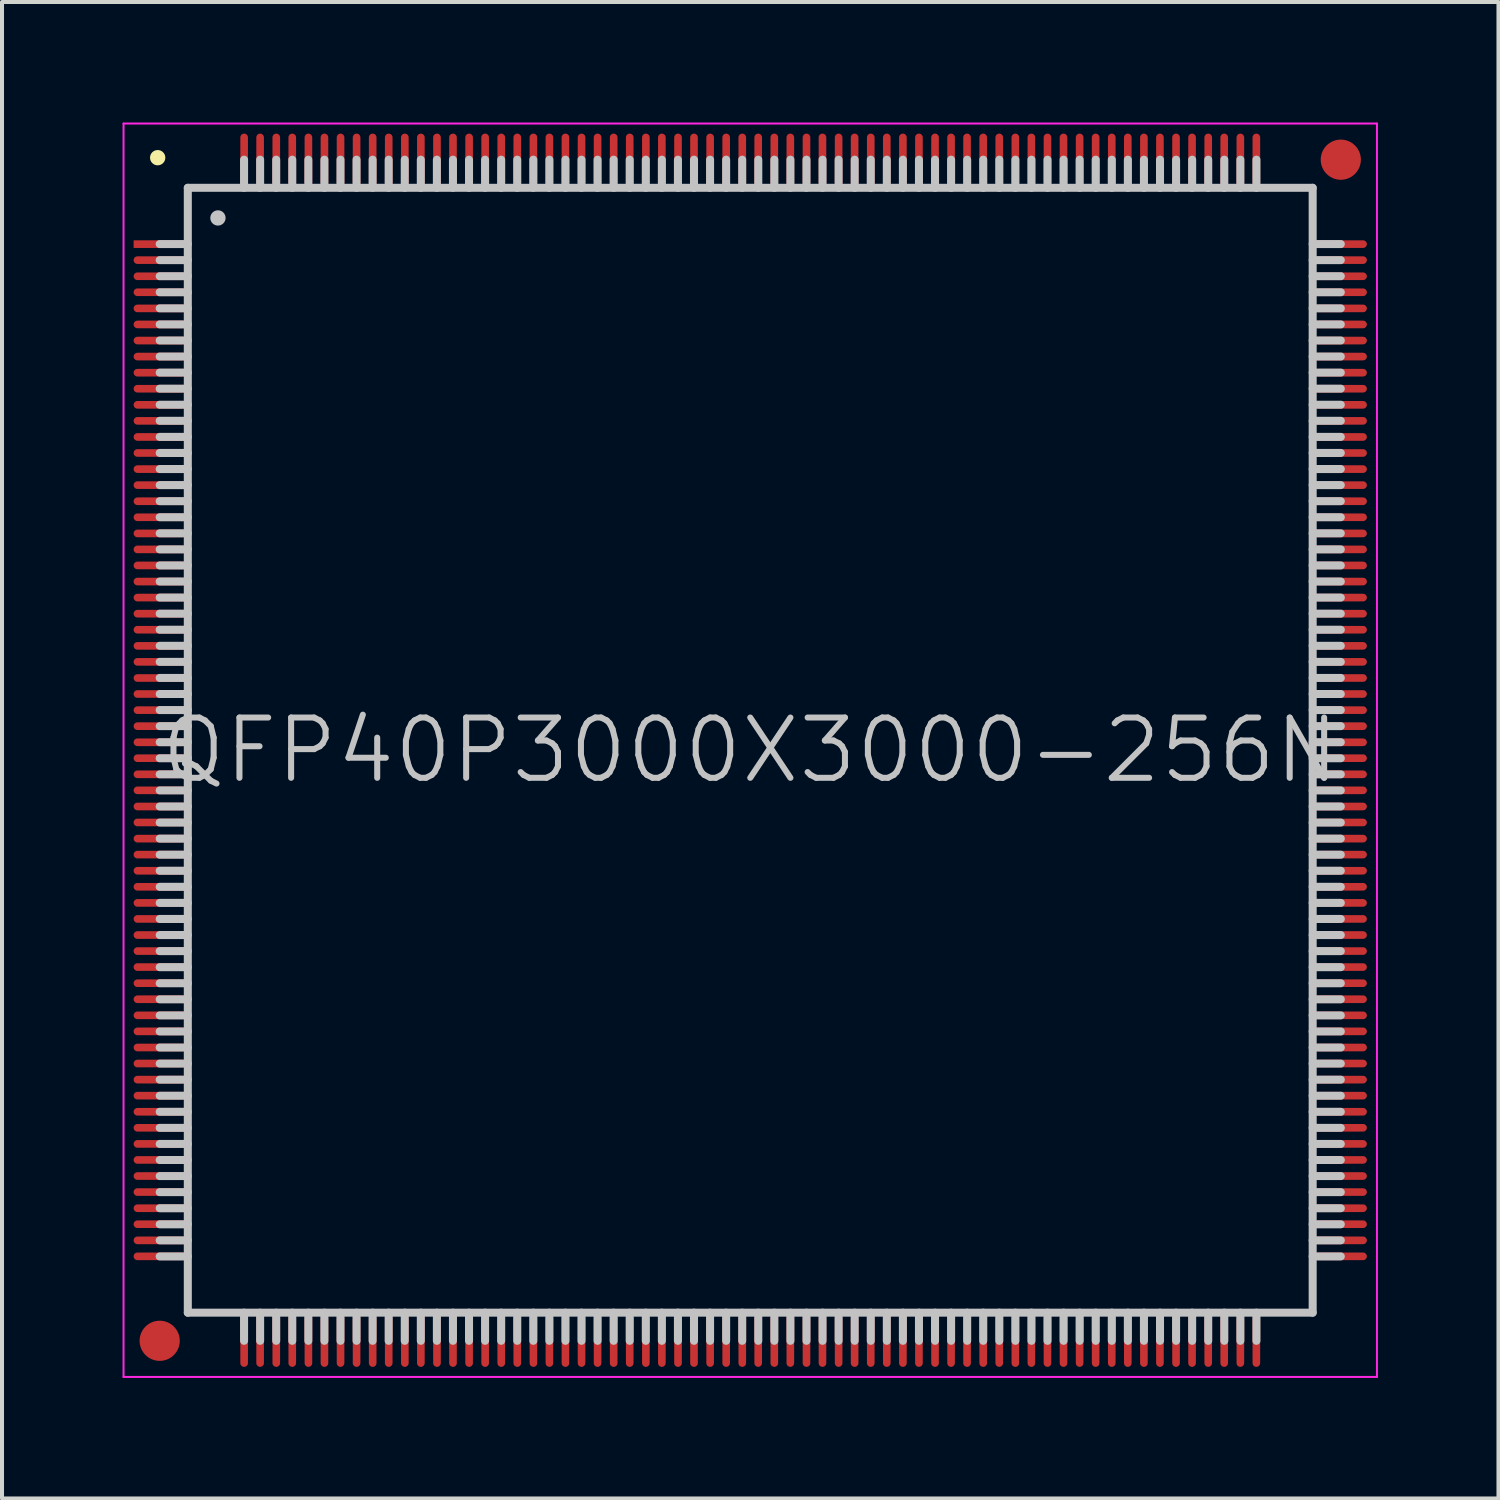
<source format=kicad_pcb>
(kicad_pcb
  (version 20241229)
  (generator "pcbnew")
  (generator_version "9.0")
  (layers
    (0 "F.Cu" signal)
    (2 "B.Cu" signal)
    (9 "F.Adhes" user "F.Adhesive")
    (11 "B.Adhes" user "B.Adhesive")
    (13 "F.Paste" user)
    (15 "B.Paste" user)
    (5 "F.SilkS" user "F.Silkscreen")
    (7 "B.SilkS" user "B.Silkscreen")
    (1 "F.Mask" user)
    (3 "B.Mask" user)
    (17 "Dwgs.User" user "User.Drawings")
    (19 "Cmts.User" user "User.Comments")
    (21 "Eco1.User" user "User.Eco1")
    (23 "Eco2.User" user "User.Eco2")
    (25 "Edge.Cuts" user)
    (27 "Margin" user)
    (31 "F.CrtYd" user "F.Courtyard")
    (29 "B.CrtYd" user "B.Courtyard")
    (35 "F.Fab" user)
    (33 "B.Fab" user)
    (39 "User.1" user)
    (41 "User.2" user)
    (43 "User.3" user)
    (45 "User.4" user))
  (footprint "QFP40P3000X3000-256N"
    (layer "F.Cu")
    (at 15.625 15.625)
    (property "Reference" "QFP40P3000X3000-256N" (at 0 0 0) (layer "Dwgs.User") (effects (font (size 1.5 1.5) (thickness 0.15))))
    (attr smd)
    (fp_line (start -14.75 -14.75) (end -14.75 -14.75) (stroke (width 0.381) (type solid)) (layer "F.SilkS"))
    (fp_line (start -14 -14) (end -14 14) (stroke (width 0.2) (type solid)) (layer "Dwgs.User"))
    (fp_line (start -14 -14) (end 14 -14) (stroke (width 0.2) (type solid)) (layer "Dwgs.User"))
    (fp_line (start -14 -12.6) (end -14.7 -12.6) (stroke (width 0.2) (type solid)) (layer "Dwgs.User"))
    (fp_line (start -14 -12.2) (end -14.7 -12.2) (stroke (width 0.2) (type solid)) (layer "Dwgs.User"))
    (fp_line (start -14 -11.8) (end -14.7 -11.8) (stroke (width 0.2) (type solid)) (layer "Dwgs.User"))
    (fp_line (start -14 -11.4) (end -14.7 -11.4) (stroke (width 0.2) (type solid)) (layer "Dwgs.User"))
    (fp_line (start -14 -11) (end -14.7 -11) (stroke (width 0.2) (type solid)) (layer "Dwgs.User"))
    (fp_line (start -14 -10.6) (end -14.7 -10.6) (stroke (width 0.2) (type solid)) (layer "Dwgs.User"))
    (fp_line (start -14 -10.2) (end -14.7 -10.2) (stroke (width 0.2) (type solid)) (layer "Dwgs.User"))
    (fp_line (start -14 -9.8) (end -14.7 -9.8) (stroke (width 0.2) (type solid)) (layer "Dwgs.User"))
    (fp_line (start -14 -9.4) (end -14.7 -9.4) (stroke (width 0.2) (type solid)) (layer "Dwgs.User"))
    (fp_line (start -14 -9) (end -14.7 -9) (stroke (width 0.2) (type solid)) (layer "Dwgs.User"))
    (fp_line (start -14 -8.6) (end -14.7 -8.6) (stroke (width 0.2) (type solid)) (layer "Dwgs.User"))
    (fp_line (start -14 -8.2) (end -14.7 -8.2) (stroke (width 0.2) (type solid)) (layer "Dwgs.User"))
    (fp_line (start -14 -7.8) (end -14.7 -7.8) (stroke (width 0.2) (type solid)) (layer "Dwgs.User"))
    (fp_line (start -14 -7.4) (end -14.7 -7.4) (stroke (width 0.2) (type solid)) (layer "Dwgs.User"))
    (fp_line (start -14 -7) (end -14.7 -7) (stroke (width 0.2) (type solid)) (layer "Dwgs.User"))
    (fp_line (start -14 -6.6) (end -14.7 -6.6) (stroke (width 0.2) (type solid)) (layer "Dwgs.User"))
    (fp_line (start -14 -6.2) (end -14.7 -6.2) (stroke (width 0.2) (type solid)) (layer "Dwgs.User"))
    (fp_line (start -14 -5.8) (end -14.7 -5.8) (stroke (width 0.2) (type solid)) (layer "Dwgs.User"))
    (fp_line (start -14 -5.4) (end -14.7 -5.4) (stroke (width 0.2) (type solid)) (layer "Dwgs.User"))
    (fp_line (start -14 -5) (end -14.7 -5) (stroke (width 0.2) (type solid)) (layer "Dwgs.User"))
    (fp_line (start -14 -4.6) (end -14.7 -4.6) (stroke (width 0.2) (type solid)) (layer "Dwgs.User"))
    (fp_line (start -14 -4.2) (end -14.7 -4.2) (stroke (width 0.2) (type solid)) (layer "Dwgs.User"))
    (fp_line (start -14 -3.8) (end -14.7 -3.8) (stroke (width 0.2) (type solid)) (layer "Dwgs.User"))
    (fp_line (start -14 -3.4) (end -14.7 -3.4) (stroke (width 0.2) (type solid)) (layer "Dwgs.User"))
    (fp_line (start -14 -3) (end -14.7 -3) (stroke (width 0.2) (type solid)) (layer "Dwgs.User"))
    (fp_line (start -14 -2.6) (end -14.7 -2.6) (stroke (width 0.2) (type solid)) (layer "Dwgs.User"))
    (fp_line (start -14 -2.2) (end -14.7 -2.2) (stroke (width 0.2) (type solid)) (layer "Dwgs.User"))
    (fp_line (start -14 -1.8) (end -14.7 -1.8) (stroke (width 0.2) (type solid)) (layer "Dwgs.User"))
    (fp_line (start -14 -1.4) (end -14.7 -1.4) (stroke (width 0.2) (type solid)) (layer "Dwgs.User"))
    (fp_line (start -14 -1) (end -14.7 -1) (stroke (width 0.2) (type solid)) (layer "Dwgs.User"))
    (fp_line (start -14 -0.6) (end -14.7 -0.6) (stroke (width 0.2) (type solid)) (layer "Dwgs.User"))
    (fp_line (start -14 -0.2) (end -14.7 -0.2) (stroke (width 0.2) (type solid)) (layer "Dwgs.User"))
    (fp_line (start -14 0.2) (end -14.7 0.2) (stroke (width 0.2) (type solid)) (layer "Dwgs.User"))
    (fp_line (start -14 0.6) (end -14.7 0.6) (stroke (width 0.2) (type solid)) (layer "Dwgs.User"))
    (fp_line (start -14 1) (end -14.7 1) (stroke (width 0.2) (type solid)) (layer "Dwgs.User"))
    (fp_line (start -14 1.4) (end -14.7 1.4) (stroke (width 0.2) (type solid)) (layer "Dwgs.User"))
    (fp_line (start -14 1.8) (end -14.7 1.8) (stroke (width 0.2) (type solid)) (layer "Dwgs.User"))
    (fp_line (start -14 2.2) (end -14.7 2.2) (stroke (width 0.2) (type solid)) (layer "Dwgs.User"))
    (fp_line (start -14 2.6) (end -14.7 2.6) (stroke (width 0.2) (type solid)) (layer "Dwgs.User"))
    (fp_line (start -14 3) (end -14.7 3) (stroke (width 0.2) (type solid)) (layer "Dwgs.User"))
    (fp_line (start -14 3.4) (end -14.7 3.4) (stroke (width 0.2) (type solid)) (layer "Dwgs.User"))
    (fp_line (start -14 3.8) (end -14.7 3.8) (stroke (width 0.2) (type solid)) (layer "Dwgs.User"))
    (fp_line (start -14 4.2) (end -14.7 4.2) (stroke (width 0.2) (type solid)) (layer "Dwgs.User"))
    (fp_line (start -14 4.6) (end -14.7 4.6) (stroke (width 0.2) (type solid)) (layer "Dwgs.User"))
    (fp_line (start -14 5) (end -14.7 5) (stroke (width 0.2) (type solid)) (layer "Dwgs.User"))
    (fp_line (start -14 5.4) (end -14.7 5.4) (stroke (width 0.2) (type solid)) (layer "Dwgs.User"))
    (fp_line (start -14 5.8) (end -14.7 5.8) (stroke (width 0.2) (type solid)) (layer "Dwgs.User"))
    (fp_line (start -14 6.2) (end -14.7 6.2) (stroke (width 0.2) (type solid)) (layer "Dwgs.User"))
    (fp_line (start -14 6.6) (end -14.7 6.6) (stroke (width 0.2) (type solid)) (layer "Dwgs.User"))
    (fp_line (start -14 7) (end -14.7 7) (stroke (width 0.2) (type solid)) (layer "Dwgs.User"))
    (fp_line (start -14 7.4) (end -14.7 7.4) (stroke (width 0.2) (type solid)) (layer "Dwgs.User"))
    (fp_line (start -14 7.8) (end -14.7 7.8) (stroke (width 0.2) (type solid)) (layer "Dwgs.User"))
    (fp_line (start -14 8.2) (end -14.7 8.2) (stroke (width 0.2) (type solid)) (layer "Dwgs.User"))
    (fp_line (start -14 8.6) (end -14.7 8.6) (stroke (width 0.2) (type solid)) (layer "Dwgs.User"))
    (fp_line (start -14 9) (end -14.7 9) (stroke (width 0.2) (type solid)) (layer "Dwgs.User"))
    (fp_line (start -14 9.4) (end -14.7 9.4) (stroke (width 0.2) (type solid)) (layer "Dwgs.User"))
    (fp_line (start -14 9.8) (end -14.7 9.8) (stroke (width 0.2) (type solid)) (layer "Dwgs.User"))
    (fp_line (start -14 10.2) (end -14.7 10.2) (stroke (width 0.2) (type solid)) (layer "Dwgs.User"))
    (fp_line (start -14 10.6) (end -14.7 10.6) (stroke (width 0.2) (type solid)) (layer "Dwgs.User"))
    (fp_line (start -14 11) (end -14.7 11) (stroke (width 0.2) (type solid)) (layer "Dwgs.User"))
    (fp_line (start -14 11.4) (end -14.7 11.4) (stroke (width 0.2) (type solid)) (layer "Dwgs.User"))
    (fp_line (start -14 11.8) (end -14.7 11.8) (stroke (width 0.2) (type solid)) (layer "Dwgs.User"))
    (fp_line (start -14 12.2) (end -14.7 12.2) (stroke (width 0.2) (type solid)) (layer "Dwgs.User"))
    (fp_line (start -14 12.6) (end -14.7 12.6) (stroke (width 0.2) (type solid)) (layer "Dwgs.User"))
    (fp_line (start -14 14) (end 14 14) (stroke (width 0.2) (type solid)) (layer "Dwgs.User"))
    (fp_line (start -13.25 -13.25) (end -13.25 -13.25) (stroke (width 0.381) (type solid)) (layer "Dwgs.User"))
    (fp_line (start -12.6 -14) (end -12.6 -14.7) (stroke (width 0.2) (type solid)) (layer "Dwgs.User"))
    (fp_line (start -12.6 14.7) (end -12.6 14) (stroke (width 0.2) (type solid)) (layer "Dwgs.User"))
    (fp_line (start -12.2 -14) (end -12.2 -14.7) (stroke (width 0.2) (type solid)) (layer "Dwgs.User"))
    (fp_line (start -12.2 14.7) (end -12.2 14) (stroke (width 0.2) (type solid)) (layer "Dwgs.User"))
    (fp_line (start -11.8 -14) (end -11.8 -14.7) (stroke (width 0.2) (type solid)) (layer "Dwgs.User"))
    (fp_line (start -11.8 14.7) (end -11.8 14) (stroke (width 0.2) (type solid)) (layer "Dwgs.User"))
    (fp_line (start -11.4 -14) (end -11.4 -14.7) (stroke (width 0.2) (type solid)) (layer "Dwgs.User"))
    (fp_line (start -11.4 14.7) (end -11.4 14) (stroke (width 0.2) (type solid)) (layer "Dwgs.User"))
    (fp_line (start -11 -14) (end -11 -14.7) (stroke (width 0.2) (type solid)) (layer "Dwgs.User"))
    (fp_line (start -11 14.7) (end -11 14) (stroke (width 0.2) (type solid)) (layer "Dwgs.User"))
    (fp_line (start -10.6 -14) (end -10.6 -14.7) (stroke (width 0.2) (type solid)) (layer "Dwgs.User"))
    (fp_line (start -10.6 14.7) (end -10.6 14) (stroke (width 0.2) (type solid)) (layer "Dwgs.User"))
    (fp_line (start -10.2 -14) (end -10.2 -14.7) (stroke (width 0.2) (type solid)) (layer "Dwgs.User"))
    (fp_line (start -10.2 14.7) (end -10.2 14) (stroke (width 0.2) (type solid)) (layer "Dwgs.User"))
    (fp_line (start -9.8 -14) (end -9.8 -14.7) (stroke (width 0.2) (type solid)) (layer "Dwgs.User"))
    (fp_line (start -9.8 14.7) (end -9.8 14) (stroke (width 0.2) (type solid)) (layer "Dwgs.User"))
    (fp_line (start -9.4 -14) (end -9.4 -14.7) (stroke (width 0.2) (type solid)) (layer "Dwgs.User"))
    (fp_line (start -9.4 14.7) (end -9.4 14) (stroke (width 0.2) (type solid)) (layer "Dwgs.User"))
    (fp_line (start -9 -14) (end -9 -14.7) (stroke (width 0.2) (type solid)) (layer "Dwgs.User"))
    (fp_line (start -9 14.7) (end -9 14) (stroke (width 0.2) (type solid)) (layer "Dwgs.User"))
    (fp_line (start -8.6 -14) (end -8.6 -14.7) (stroke (width 0.2) (type solid)) (layer "Dwgs.User"))
    (fp_line (start -8.6 14.7) (end -8.6 14) (stroke (width 0.2) (type solid)) (layer "Dwgs.User"))
    (fp_line (start -8.2 -14) (end -8.2 -14.7) (stroke (width 0.2) (type solid)) (layer "Dwgs.User"))
    (fp_line (start -8.2 14.7) (end -8.2 14) (stroke (width 0.2) (type solid)) (layer "Dwgs.User"))
    (fp_line (start -7.8 -14) (end -7.8 -14.7) (stroke (width 0.2) (type solid)) (layer "Dwgs.User"))
    (fp_line (start -7.8 14.7) (end -7.8 14) (stroke (width 0.2) (type solid)) (layer "Dwgs.User"))
    (fp_line (start -7.4 -14) (end -7.4 -14.7) (stroke (width 0.2) (type solid)) (layer "Dwgs.User"))
    (fp_line (start -7.4 14.7) (end -7.4 14) (stroke (width 0.2) (type solid)) (layer "Dwgs.User"))
    (fp_line (start -7 -14) (end -7 -14.7) (stroke (width 0.2) (type solid)) (layer "Dwgs.User"))
    (fp_line (start -7 14.7) (end -7 14) (stroke (width 0.2) (type solid)) (layer "Dwgs.User"))
    (fp_line (start -6.6 -14) (end -6.6 -14.7) (stroke (width 0.2) (type solid)) (layer "Dwgs.User"))
    (fp_line (start -6.6 14.7) (end -6.6 14) (stroke (width 0.2) (type solid)) (layer "Dwgs.User"))
    (fp_line (start -6.2 -14) (end -6.2 -14.7) (stroke (width 0.2) (type solid)) (layer "Dwgs.User"))
    (fp_line (start -6.2 14.7) (end -6.2 14) (stroke (width 0.2) (type solid)) (layer "Dwgs.User"))
    (fp_line (start -5.8 -14) (end -5.8 -14.7) (stroke (width 0.2) (type solid)) (layer "Dwgs.User"))
    (fp_line (start -5.8 14.7) (end -5.8 14) (stroke (width 0.2) (type solid)) (layer "Dwgs.User"))
    (fp_line (start -5.4 -14) (end -5.4 -14.7) (stroke (width 0.2) (type solid)) (layer "Dwgs.User"))
    (fp_line (start -5.4 14.7) (end -5.4 14) (stroke (width 0.2) (type solid)) (layer "Dwgs.User"))
    (fp_line (start -5 -14) (end -5 -14.7) (stroke (width 0.2) (type solid)) (layer "Dwgs.User"))
    (fp_line (start -5 14.7) (end -5 14) (stroke (width 0.2) (type solid)) (layer "Dwgs.User"))
    (fp_line (start -4.6 -14) (end -4.6 -14.7) (stroke (width 0.2) (type solid)) (layer "Dwgs.User"))
    (fp_line (start -4.6 14.7) (end -4.6 14) (stroke (width 0.2) (type solid)) (layer "Dwgs.User"))
    (fp_line (start -4.2 -14) (end -4.2 -14.7) (stroke (width 0.2) (type solid)) (layer "Dwgs.User"))
    (fp_line (start -4.2 14.7) (end -4.2 14) (stroke (width 0.2) (type solid)) (layer "Dwgs.User"))
    (fp_line (start -3.8 -14) (end -3.8 -14.7) (stroke (width 0.2) (type solid)) (layer "Dwgs.User"))
    (fp_line (start -3.8 14.7) (end -3.8 14) (stroke (width 0.2) (type solid)) (layer "Dwgs.User"))
    (fp_line (start -3.4 -14) (end -3.4 -14.7) (stroke (width 0.2) (type solid)) (layer "Dwgs.User"))
    (fp_line (start -3.4 14.7) (end -3.4 14) (stroke (width 0.2) (type solid)) (layer "Dwgs.User"))
    (fp_line (start -3 -14) (end -3 -14.7) (stroke (width 0.2) (type solid)) (layer "Dwgs.User"))
    (fp_line (start -3 14.7) (end -3 14) (stroke (width 0.2) (type solid)) (layer "Dwgs.User"))
    (fp_line (start -2.6 -14) (end -2.6 -14.7) (stroke (width 0.2) (type solid)) (layer "Dwgs.User"))
    (fp_line (start -2.6 14.7) (end -2.6 14) (stroke (width 0.2) (type solid)) (layer "Dwgs.User"))
    (fp_line (start -2.2 -14) (end -2.2 -14.7) (stroke (width 0.2) (type solid)) (layer "Dwgs.User"))
    (fp_line (start -2.2 14.7) (end -2.2 14) (stroke (width 0.2) (type solid)) (layer "Dwgs.User"))
    (fp_line (start -1.8 -14) (end -1.8 -14.7) (stroke (width 0.2) (type solid)) (layer "Dwgs.User"))
    (fp_line (start -1.8 14.7) (end -1.8 14) (stroke (width 0.2) (type solid)) (layer "Dwgs.User"))
    (fp_line (start -1.4 -14) (end -1.4 -14.7) (stroke (width 0.2) (type solid)) (layer "Dwgs.User"))
    (fp_line (start -1.4 14.7) (end -1.4 14) (stroke (width 0.2) (type solid)) (layer "Dwgs.User"))
    (fp_line (start -1 -14) (end -1 -14.7) (stroke (width 0.2) (type solid)) (layer "Dwgs.User"))
    (fp_line (start -1 14.7) (end -1 14) (stroke (width 0.2) (type solid)) (layer "Dwgs.User"))
    (fp_line (start -0.6 -14) (end -0.6 -14.7) (stroke (width 0.2) (type solid)) (layer "Dwgs.User"))
    (fp_line (start -0.6 14.7) (end -0.6 14) (stroke (width 0.2) (type solid)) (layer "Dwgs.User"))
    (fp_line (start -0.2 -14) (end -0.2 -14.7) (stroke (width 0.2) (type solid)) (layer "Dwgs.User"))
    (fp_line (start -0.2 14.7) (end -0.2 14) (stroke (width 0.2) (type solid)) (layer "Dwgs.User"))
    (fp_line (start 0.2 -14) (end 0.2 -14.7) (stroke (width 0.2) (type solid)) (layer "Dwgs.User"))
    (fp_line (start 0.2 14.7) (end 0.2 14) (stroke (width 0.2) (type solid)) (layer "Dwgs.User"))
    (fp_line (start 0.6 -14) (end 0.6 -14.7) (stroke (width 0.2) (type solid)) (layer "Dwgs.User"))
    (fp_line (start 0.6 14.7) (end 0.6 14) (stroke (width 0.2) (type solid)) (layer "Dwgs.User"))
    (fp_line (start 1 -14) (end 1 -14.7) (stroke (width 0.2) (type solid)) (layer "Dwgs.User"))
    (fp_line (start 1 14.7) (end 1 14) (stroke (width 0.2) (type solid)) (layer "Dwgs.User"))
    (fp_line (start 1.4 -14) (end 1.4 -14.7) (stroke (width 0.2) (type solid)) (layer "Dwgs.User"))
    (fp_line (start 1.4 14.7) (end 1.4 14) (stroke (width 0.2) (type solid)) (layer "Dwgs.User"))
    (fp_line (start 1.8 -14) (end 1.8 -14.7) (stroke (width 0.2) (type solid)) (layer "Dwgs.User"))
    (fp_line (start 1.8 14.7) (end 1.8 14) (stroke (width 0.2) (type solid)) (layer "Dwgs.User"))
    (fp_line (start 2.2 -14) (end 2.2 -14.7) (stroke (width 0.2) (type solid)) (layer "Dwgs.User"))
    (fp_line (start 2.2 14.7) (end 2.2 14) (stroke (width 0.2) (type solid)) (layer "Dwgs.User"))
    (fp_line (start 2.6 -14) (end 2.6 -14.7) (stroke (width 0.2) (type solid)) (layer "Dwgs.User"))
    (fp_line (start 2.6 14.7) (end 2.6 14) (stroke (width 0.2) (type solid)) (layer "Dwgs.User"))
    (fp_line (start 3 -14) (end 3 -14.7) (stroke (width 0.2) (type solid)) (layer "Dwgs.User"))
    (fp_line (start 3 14.7) (end 3 14) (stroke (width 0.2) (type solid)) (layer "Dwgs.User"))
    (fp_line (start 3.4 -14) (end 3.4 -14.7) (stroke (width 0.2) (type solid)) (layer "Dwgs.User"))
    (fp_line (start 3.4 14.7) (end 3.4 14) (stroke (width 0.2) (type solid)) (layer "Dwgs.User"))
    (fp_line (start 3.8 -14) (end 3.8 -14.7) (stroke (width 0.2) (type solid)) (layer "Dwgs.User"))
    (fp_line (start 3.8 14.7) (end 3.8 14) (stroke (width 0.2) (type solid)) (layer "Dwgs.User"))
    (fp_line (start 4.2 -14) (end 4.2 -14.7) (stroke (width 0.2) (type solid)) (layer "Dwgs.User"))
    (fp_line (start 4.2 14.7) (end 4.2 14) (stroke (width 0.2) (type solid)) (layer "Dwgs.User"))
    (fp_line (start 4.6 -14) (end 4.6 -14.7) (stroke (width 0.2) (type solid)) (layer "Dwgs.User"))
    (fp_line (start 4.6 14.7) (end 4.6 14) (stroke (width 0.2) (type solid)) (layer "Dwgs.User"))
    (fp_line (start 5 -14) (end 5 -14.7) (stroke (width 0.2) (type solid)) (layer "Dwgs.User"))
    (fp_line (start 5 14.7) (end 5 14) (stroke (width 0.2) (type solid)) (layer "Dwgs.User"))
    (fp_line (start 5.4 -14) (end 5.4 -14.7) (stroke (width 0.2) (type solid)) (layer "Dwgs.User"))
    (fp_line (start 5.4 14.7) (end 5.4 14) (stroke (width 0.2) (type solid)) (layer "Dwgs.User"))
    (fp_line (start 5.8 -14) (end 5.8 -14.7) (stroke (width 0.2) (type solid)) (layer "Dwgs.User"))
    (fp_line (start 5.8 14.7) (end 5.8 14) (stroke (width 0.2) (type solid)) (layer "Dwgs.User"))
    (fp_line (start 6.2 -14) (end 6.2 -14.7) (stroke (width 0.2) (type solid)) (layer "Dwgs.User"))
    (fp_line (start 6.2 14.7) (end 6.2 14) (stroke (width 0.2) (type solid)) (layer "Dwgs.User"))
    (fp_line (start 6.6 -14) (end 6.6 -14.7) (stroke (width 0.2) (type solid)) (layer "Dwgs.User"))
    (fp_line (start 6.6 14.7) (end 6.6 14) (stroke (width 0.2) (type solid)) (layer "Dwgs.User"))
    (fp_line (start 7 -14) (end 7 -14.7) (stroke (width 0.2) (type solid)) (layer "Dwgs.User"))
    (fp_line (start 7 14.7) (end 7 14) (stroke (width 0.2) (type solid)) (layer "Dwgs.User"))
    (fp_line (start 7.4 -14) (end 7.4 -14.7) (stroke (width 0.2) (type solid)) (layer "Dwgs.User"))
    (fp_line (start 7.4 14.7) (end 7.4 14) (stroke (width 0.2) (type solid)) (layer "Dwgs.User"))
    (fp_line (start 7.8 -14) (end 7.8 -14.7) (stroke (width 0.2) (type solid)) (layer "Dwgs.User"))
    (fp_line (start 7.8 14.7) (end 7.8 14) (stroke (width 0.2) (type solid)) (layer "Dwgs.User"))
    (fp_line (start 8.2 -14) (end 8.2 -14.7) (stroke (width 0.2) (type solid)) (layer "Dwgs.User"))
    (fp_line (start 8.2 14.7) (end 8.2 14) (stroke (width 0.2) (type solid)) (layer "Dwgs.User"))
    (fp_line (start 8.6 -14) (end 8.6 -14.7) (stroke (width 0.2) (type solid)) (layer "Dwgs.User"))
    (fp_line (start 8.6 14.7) (end 8.6 14) (stroke (width 0.2) (type solid)) (layer "Dwgs.User"))
    (fp_line (start 9 -14) (end 9 -14.7) (stroke (width 0.2) (type solid)) (layer "Dwgs.User"))
    (fp_line (start 9 14.7) (end 9 14) (stroke (width 0.2) (type solid)) (layer "Dwgs.User"))
    (fp_line (start 9.4 -14) (end 9.4 -14.7) (stroke (width 0.2) (type solid)) (layer "Dwgs.User"))
    (fp_line (start 9.4 14.7) (end 9.4 14) (stroke (width 0.2) (type solid)) (layer "Dwgs.User"))
    (fp_line (start 9.8 -14) (end 9.8 -14.7) (stroke (width 0.2) (type solid)) (layer "Dwgs.User"))
    (fp_line (start 9.8 14.7) (end 9.8 14) (stroke (width 0.2) (type solid)) (layer "Dwgs.User"))
    (fp_line (start 10.2 -14) (end 10.2 -14.7) (stroke (width 0.2) (type solid)) (layer "Dwgs.User"))
    (fp_line (start 10.2 14.7) (end 10.2 14) (stroke (width 0.2) (type solid)) (layer "Dwgs.User"))
    (fp_line (start 10.6 -14) (end 10.6 -14.7) (stroke (width 0.2) (type solid)) (layer "Dwgs.User"))
    (fp_line (start 10.6 14.7) (end 10.6 14) (stroke (width 0.2) (type solid)) (layer "Dwgs.User"))
    (fp_line (start 11 -14) (end 11 -14.7) (stroke (width 0.2) (type solid)) (layer "Dwgs.User"))
    (fp_line (start 11 14.7) (end 11 14) (stroke (width 0.2) (type solid)) (layer "Dwgs.User"))
    (fp_line (start 11.4 -14) (end 11.4 -14.7) (stroke (width 0.2) (type solid)) (layer "Dwgs.User"))
    (fp_line (start 11.4 14.7) (end 11.4 14) (stroke (width 0.2) (type solid)) (layer "Dwgs.User"))
    (fp_line (start 11.8 -14) (end 11.8 -14.7) (stroke (width 0.2) (type solid)) (layer "Dwgs.User"))
    (fp_line (start 11.8 14.7) (end 11.8 14) (stroke (width 0.2) (type solid)) (layer "Dwgs.User"))
    (fp_line (start 12.2 -14) (end 12.2 -14.7) (stroke (width 0.2) (type solid)) (layer "Dwgs.User"))
    (fp_line (start 12.2 14.7) (end 12.2 14) (stroke (width 0.2) (type solid)) (layer "Dwgs.User"))
    (fp_line (start 12.6 -14) (end 12.6 -14.7) (stroke (width 0.2) (type solid)) (layer "Dwgs.User"))
    (fp_line (start 12.6 14.7) (end 12.6 14) (stroke (width 0.2) (type solid)) (layer "Dwgs.User"))
    (fp_line (start 14 -14) (end 14 14) (stroke (width 0.2) (type solid)) (layer "Dwgs.User"))
    (fp_line (start 14.7 -12.6) (end 14 -12.6) (stroke (width 0.2) (type solid)) (layer "Dwgs.User"))
    (fp_line (start 14.7 -12.2) (end 14 -12.2) (stroke (width 0.2) (type solid)) (layer "Dwgs.User"))
    (fp_line (start 14.7 -11.8) (end 14 -11.8) (stroke (width 0.2) (type solid)) (layer "Dwgs.User"))
    (fp_line (start 14.7 -11.4) (end 14 -11.4) (stroke (width 0.2) (type solid)) (layer "Dwgs.User"))
    (fp_line (start 14.7 -11) (end 14 -11) (stroke (width 0.2) (type solid)) (layer "Dwgs.User"))
    (fp_line (start 14.7 -10.6) (end 14 -10.6) (stroke (width 0.2) (type solid)) (layer "Dwgs.User"))
    (fp_line (start 14.7 -10.2) (end 14 -10.2) (stroke (width 0.2) (type solid)) (layer "Dwgs.User"))
    (fp_line (start 14.7 -9.8) (end 14 -9.8) (stroke (width 0.2) (type solid)) (layer "Dwgs.User"))
    (fp_line (start 14.7 -9.4) (end 14 -9.4) (stroke (width 0.2) (type solid)) (layer "Dwgs.User"))
    (fp_line (start 14.7 -9) (end 14 -9) (stroke (width 0.2) (type solid)) (layer "Dwgs.User"))
    (fp_line (start 14.7 -8.6) (end 14 -8.6) (stroke (width 0.2) (type solid)) (layer "Dwgs.User"))
    (fp_line (start 14.7 -8.2) (end 14 -8.2) (stroke (width 0.2) (type solid)) (layer "Dwgs.User"))
    (fp_line (start 14.7 -7.8) (end 14 -7.8) (stroke (width 0.2) (type solid)) (layer "Dwgs.User"))
    (fp_line (start 14.7 -7.4) (end 14 -7.4) (stroke (width 0.2) (type solid)) (layer "Dwgs.User"))
    (fp_line (start 14.7 -7) (end 14 -7) (stroke (width 0.2) (type solid)) (layer "Dwgs.User"))
    (fp_line (start 14.7 -6.6) (end 14 -6.6) (stroke (width 0.2) (type solid)) (layer "Dwgs.User"))
    (fp_line (start 14.7 -6.2) (end 14 -6.2) (stroke (width 0.2) (type solid)) (layer "Dwgs.User"))
    (fp_line (start 14.7 -5.8) (end 14 -5.8) (stroke (width 0.2) (type solid)) (layer "Dwgs.User"))
    (fp_line (start 14.7 -5.4) (end 14 -5.4) (stroke (width 0.2) (type solid)) (layer "Dwgs.User"))
    (fp_line (start 14.7 -5) (end 14 -5) (stroke (width 0.2) (type solid)) (layer "Dwgs.User"))
    (fp_line (start 14.7 -4.6) (end 14 -4.6) (stroke (width 0.2) (type solid)) (layer "Dwgs.User"))
    (fp_line (start 14.7 -4.2) (end 14 -4.2) (stroke (width 0.2) (type solid)) (layer "Dwgs.User"))
    (fp_line (start 14.7 -3.8) (end 14 -3.8) (stroke (width 0.2) (type solid)) (layer "Dwgs.User"))
    (fp_line (start 14.7 -3.4) (end 14 -3.4) (stroke (width 0.2) (type solid)) (layer "Dwgs.User"))
    (fp_line (start 14.7 -3) (end 14 -3) (stroke (width 0.2) (type solid)) (layer "Dwgs.User"))
    (fp_line (start 14.7 -2.6) (end 14 -2.6) (stroke (width 0.2) (type solid)) (layer "Dwgs.User"))
    (fp_line (start 14.7 -2.2) (end 14 -2.2) (stroke (width 0.2) (type solid)) (layer "Dwgs.User"))
    (fp_line (start 14.7 -1.8) (end 14 -1.8) (stroke (width 0.2) (type solid)) (layer "Dwgs.User"))
    (fp_line (start 14.7 -1.4) (end 14 -1.4) (stroke (width 0.2) (type solid)) (layer "Dwgs.User"))
    (fp_line (start 14.7 -1) (end 14 -1) (stroke (width 0.2) (type solid)) (layer "Dwgs.User"))
    (fp_line (start 14.7 -0.6) (end 14 -0.6) (stroke (width 0.2) (type solid)) (layer "Dwgs.User"))
    (fp_line (start 14.7 -0.2) (end 14 -0.2) (stroke (width 0.2) (type solid)) (layer "Dwgs.User"))
    (fp_line (start 14.7 0.2) (end 14 0.2) (stroke (width 0.2) (type solid)) (layer "Dwgs.User"))
    (fp_line (start 14.7 0.6) (end 14 0.6) (stroke (width 0.2) (type solid)) (layer "Dwgs.User"))
    (fp_line (start 14.7 1) (end 14 1) (stroke (width 0.2) (type solid)) (layer "Dwgs.User"))
    (fp_line (start 14.7 1.4) (end 14 1.4) (stroke (width 0.2) (type solid)) (layer "Dwgs.User"))
    (fp_line (start 14.7 1.8) (end 14 1.8) (stroke (width 0.2) (type solid)) (layer "Dwgs.User"))
    (fp_line (start 14.7 2.2) (end 14 2.2) (stroke (width 0.2) (type solid)) (layer "Dwgs.User"))
    (fp_line (start 14.7 2.6) (end 14 2.6) (stroke (width 0.2) (type solid)) (layer "Dwgs.User"))
    (fp_line (start 14.7 3) (end 14 3) (stroke (width 0.2) (type solid)) (layer "Dwgs.User"))
    (fp_line (start 14.7 3.4) (end 14 3.4) (stroke (width 0.2) (type solid)) (layer "Dwgs.User"))
    (fp_line (start 14.7 3.8) (end 14 3.8) (stroke (width 0.2) (type solid)) (layer "Dwgs.User"))
    (fp_line (start 14.7 4.2) (end 14 4.2) (stroke (width 0.2) (type solid)) (layer "Dwgs.User"))
    (fp_line (start 14.7 4.6) (end 14 4.6) (stroke (width 0.2) (type solid)) (layer "Dwgs.User"))
    (fp_line (start 14.7 5) (end 14 5) (stroke (width 0.2) (type solid)) (layer "Dwgs.User"))
    (fp_line (start 14.7 5.4) (end 14 5.4) (stroke (width 0.2) (type solid)) (layer "Dwgs.User"))
    (fp_line (start 14.7 5.8) (end 14 5.8) (stroke (width 0.2) (type solid)) (layer "Dwgs.User"))
    (fp_line (start 14.7 6.2) (end 14 6.2) (stroke (width 0.2) (type solid)) (layer "Dwgs.User"))
    (fp_line (start 14.7 6.6) (end 14 6.6) (stroke (width 0.2) (type solid)) (layer "Dwgs.User"))
    (fp_line (start 14.7 7) (end 14 7) (stroke (width 0.2) (type solid)) (layer "Dwgs.User"))
    (fp_line (start 14.7 7.4) (end 14 7.4) (stroke (width 0.2) (type solid)) (layer "Dwgs.User"))
    (fp_line (start 14.7 7.8) (end 14 7.8) (stroke (width 0.2) (type solid)) (layer "Dwgs.User"))
    (fp_line (start 14.7 8.2) (end 14 8.2) (stroke (width 0.2) (type solid)) (layer "Dwgs.User"))
    (fp_line (start 14.7 8.6) (end 14 8.6) (stroke (width 0.2) (type solid)) (layer "Dwgs.User"))
    (fp_line (start 14.7 9) (end 14 9) (stroke (width 0.2) (type solid)) (layer "Dwgs.User"))
    (fp_line (start 14.7 9.4) (end 14 9.4) (stroke (width 0.2) (type solid)) (layer "Dwgs.User"))
    (fp_line (start 14.7 9.8) (end 14 9.8) (stroke (width 0.2) (type solid)) (layer "Dwgs.User"))
    (fp_line (start 14.7 10.2) (end 14 10.2) (stroke (width 0.2) (type solid)) (layer "Dwgs.User"))
    (fp_line (start 14.7 10.6) (end 14 10.6) (stroke (width 0.2) (type solid)) (layer "Dwgs.User"))
    (fp_line (start 14.7 11) (end 14 11) (stroke (width 0.2) (type solid)) (layer "Dwgs.User"))
    (fp_line (start 14.7 11.4) (end 14 11.4) (stroke (width 0.2) (type solid)) (layer "Dwgs.User"))
    (fp_line (start 14.7 11.8) (end 14 11.8) (stroke (width 0.2) (type solid)) (layer "Dwgs.User"))
    (fp_line (start 14.7 12.2) (end 14 12.2) (stroke (width 0.2) (type solid)) (layer "Dwgs.User"))
    (fp_line (start 14.7 12.6) (end 14 12.6) (stroke (width 0.2) (type solid)) (layer "Dwgs.User"))
    (fp_line (start -15.6 -15.6) (end -15.6 15.6) (stroke (width 0.05) (type solid)) (layer "F.CrtYd"))
    (fp_line (start -15.6 -15.6) (end 15.6 -15.6) (stroke (width 0.05) (type solid)) (layer "F.CrtYd"))
    (fp_line (start -15.6 15.6) (end 15.6 15.6) (stroke (width 0.05) (type solid)) (layer "F.CrtYd"))
    (fp_line (start 15.6 -15.6) (end 15.6 15.6) (stroke (width 0.05) (type solid)) (layer "F.CrtYd"))
    (pad "" smd circle (at -14.7 14.7) (size 1 1) (layers "F.Cu" "F.Mask"))
    (pad "" smd circle (at 14.7 -14.7) (size 1 1) (layers "F.Cu" "F.Mask"))
    (pad "1" smd rect (at -14.699 -12.598 90) (size 0.19 1.3) (layers "F.Cu" "F.Mask" "F.Paste"))
    (pad "2" smd oval (at -14.699 -12.2 90) (size 0.19 1.3) (layers "F.Cu" "F.Mask" "F.Paste"))
    (pad "3" smd oval (at -14.699 -11.798 90) (size 0.19 1.3) (layers "F.Cu" "F.Mask" "F.Paste"))
    (pad "4" smd oval (at -14.699 -11.4 90) (size 0.19 1.3) (layers "F.Cu" "F.Mask" "F.Paste"))
    (pad "5" smd oval (at -14.699 -10.998 90) (size 0.19 1.3) (layers "F.Cu" "F.Mask" "F.Paste"))
    (pad "6" smd oval (at -14.699 -10.599 90) (size 0.19 1.3) (layers "F.Cu" "F.Mask" "F.Paste"))
    (pad "7" smd oval (at -14.699 -10.198 90) (size 0.19 1.3) (layers "F.Cu" "F.Mask" "F.Paste"))
    (pad "8" smd oval (at -14.699 -9.799 90) (size 0.19 1.3) (layers "F.Cu" "F.Mask" "F.Paste"))
    (pad "9" smd oval (at -14.699 -9.398 90) (size 0.19 1.3) (layers "F.Cu" "F.Mask" "F.Paste"))
    (pad "10" smd oval (at -14.699 -8.999 90) (size 0.19 1.3) (layers "F.Cu" "F.Mask" "F.Paste"))
    (pad "11" smd oval (at -14.699 -8.598 90) (size 0.19 1.3) (layers "F.Cu" "F.Mask" "F.Paste"))
    (pad "12" smd oval (at -14.699 -8.199 90) (size 0.19 1.3) (layers "F.Cu" "F.Mask" "F.Paste"))
    (pad "13" smd oval (at -14.699 -7.798 90) (size 0.19 1.3) (layers "F.Cu" "F.Mask" "F.Paste"))
    (pad "14" smd oval (at -14.699 -7.399 90) (size 0.19 1.3) (layers "F.Cu" "F.Mask" "F.Paste"))
    (pad "15" smd oval (at -14.699 -6.998 90) (size 0.19 1.3) (layers "F.Cu" "F.Mask" "F.Paste"))
    (pad "16" smd oval (at -14.699 -6.599 90) (size 0.19 1.3) (layers "F.Cu" "F.Mask" "F.Paste"))
    (pad "17" smd oval (at -14.699 -6.198 90) (size 0.19 1.3) (layers "F.Cu" "F.Mask" "F.Paste"))
    (pad "18" smd oval (at -14.699 -5.799 90) (size 0.19 1.3) (layers "F.Cu" "F.Mask" "F.Paste"))
    (pad "19" smd oval (at -14.699 -5.397 90) (size 0.19 1.3) (layers "F.Cu" "F.Mask" "F.Paste"))
    (pad "20" smd oval (at -14.699 -4.999 90) (size 0.19 1.3) (layers "F.Cu" "F.Mask" "F.Paste"))
    (pad "21" smd oval (at -14.699 -4.6 90) (size 0.19 1.3) (layers "F.Cu" "F.Mask" "F.Paste"))
    (pad "22" smd oval (at -14.699 -4.199 90) (size 0.19 1.3) (layers "F.Cu" "F.Mask" "F.Paste"))
    (pad "23" smd oval (at -14.699 -3.8 90) (size 0.19 1.3) (layers "F.Cu" "F.Mask" "F.Paste"))
    (pad "24" smd oval (at -14.699 -3.399 90) (size 0.19 1.3) (layers "F.Cu" "F.Mask" "F.Paste"))
    (pad "25" smd oval (at -14.699 -3 90) (size 0.19 1.3) (layers "F.Cu" "F.Mask" "F.Paste"))
    (pad "26" smd oval (at -14.699 -2.598 90) (size 0.19 1.3) (layers "F.Cu" "F.Mask" "F.Paste"))
    (pad "27" smd oval (at -14.699 -2.2 90) (size 0.19 1.3) (layers "F.Cu" "F.Mask" "F.Paste"))
    (pad "28" smd oval (at -14.699 -1.798 90) (size 0.19 1.3) (layers "F.Cu" "F.Mask" "F.Paste"))
    (pad "29" smd oval (at -14.699 -1.4 90) (size 0.19 1.3) (layers "F.Cu" "F.Mask" "F.Paste"))
    (pad "30" smd oval (at -14.699 -0.998 90) (size 0.19 1.3) (layers "F.Cu" "F.Mask" "F.Paste"))
    (pad "31" smd oval (at -14.699 -0.599 90) (size 0.19 1.3) (layers "F.Cu" "F.Mask" "F.Paste"))
    (pad "32" smd oval (at -14.699 -0.198 90) (size 0.19 1.3) (layers "F.Cu" "F.Mask" "F.Paste"))
    (pad "33" smd oval (at -14.699 0.198 90) (size 0.19 1.3) (layers "F.Cu" "F.Mask" "F.Paste"))
    (pad "34" smd oval (at -14.699 0.599 90) (size 0.19 1.3) (layers "F.Cu" "F.Mask" "F.Paste"))
    (pad "35" smd oval (at -14.699 0.998 90) (size 0.19 1.3) (layers "F.Cu" "F.Mask" "F.Paste"))
    (pad "36" smd oval (at -14.699 1.4 90) (size 0.19 1.3) (layers "F.Cu" "F.Mask" "F.Paste"))
    (pad "37" smd oval (at -14.699 1.798 90) (size 0.19 1.3) (layers "F.Cu" "F.Mask" "F.Paste"))
    (pad "38" smd oval (at -14.699 2.2 90) (size 0.19 1.3) (layers "F.Cu" "F.Mask" "F.Paste"))
    (pad "39" smd oval (at -14.699 2.598 90) (size 0.19 1.3) (layers "F.Cu" "F.Mask" "F.Paste"))
    (pad "40" smd oval (at -14.699 3 90) (size 0.19 1.3) (layers "F.Cu" "F.Mask" "F.Paste"))
    (pad "41" smd oval (at -14.699 3.399 90) (size 0.19 1.3) (layers "F.Cu" "F.Mask" "F.Paste"))
    (pad "42" smd oval (at -14.699 3.8 90) (size 0.19 1.3) (layers "F.Cu" "F.Mask" "F.Paste"))
    (pad "43" smd oval (at -14.699 4.199 90) (size 0.19 1.3) (layers "F.Cu" "F.Mask" "F.Paste"))
    (pad "44" smd oval (at -14.699 4.6 90) (size 0.19 1.3) (layers "F.Cu" "F.Mask" "F.Paste"))
    (pad "45" smd oval (at -14.699 4.999 90) (size 0.19 1.3) (layers "F.Cu" "F.Mask" "F.Paste"))
    (pad "46" smd oval (at -14.699 5.397 90) (size 0.19 1.3) (layers "F.Cu" "F.Mask" "F.Paste"))
    (pad "47" smd oval (at -14.699 5.799 90) (size 0.19 1.3) (layers "F.Cu" "F.Mask" "F.Paste"))
    (pad "48" smd oval (at -14.699 6.198 90) (size 0.19 1.3) (layers "F.Cu" "F.Mask" "F.Paste"))
    (pad "49" smd oval (at -14.699 6.599 90) (size 0.19 1.3) (layers "F.Cu" "F.Mask" "F.Paste"))
    (pad "50" smd oval (at -14.699 6.998 90) (size 0.19 1.3) (layers "F.Cu" "F.Mask" "F.Paste"))
    (pad "51" smd oval (at -14.699 7.399 90) (size 0.19 1.3) (layers "F.Cu" "F.Mask" "F.Paste"))
    (pad "52" smd oval (at -14.699 7.798 90) (size 0.19 1.3) (layers "F.Cu" "F.Mask" "F.Paste"))
    (pad "53" smd oval (at -14.699 8.199 90) (size 0.19 1.3) (layers "F.Cu" "F.Mask" "F.Paste"))
    (pad "54" smd oval (at -14.699 8.598 90) (size 0.19 1.3) (layers "F.Cu" "F.Mask" "F.Paste"))
    (pad "55" smd oval (at -14.699 8.999 90) (size 0.19 1.3) (layers "F.Cu" "F.Mask" "F.Paste"))
    (pad "56" smd oval (at -14.699 9.398 90) (size 0.19 1.3) (layers "F.Cu" "F.Mask" "F.Paste"))
    (pad "57" smd oval (at -14.699 9.799 90) (size 0.19 1.3) (layers "F.Cu" "F.Mask" "F.Paste"))
    (pad "58" smd oval (at -14.699 10.198 90) (size 0.19 1.3) (layers "F.Cu" "F.Mask" "F.Paste"))
    (pad "59" smd oval (at -14.699 10.599 90) (size 0.19 1.3) (layers "F.Cu" "F.Mask" "F.Paste"))
    (pad "60" smd oval (at -14.699 10.998 90) (size 0.19 1.3) (layers "F.Cu" "F.Mask" "F.Paste"))
    (pad "61" smd oval (at -14.699 11.4 90) (size 0.19 1.3) (layers "F.Cu" "F.Mask" "F.Paste"))
    (pad "62" smd oval (at -14.699 11.798 90) (size 0.19 1.3) (layers "F.Cu" "F.Mask" "F.Paste"))
    (pad "63" smd oval (at -14.699 12.2 90) (size 0.19 1.3) (layers "F.Cu" "F.Mask" "F.Paste"))
    (pad "64" smd oval (at -14.699 12.598 90) (size 0.19 1.3) (layers "F.Cu" "F.Mask" "F.Paste"))
    (pad "65" smd oval (at -12.598 14.699 180) (size 0.19 1.3) (layers "F.Cu" "F.Mask" "F.Paste"))
    (pad "66" smd oval (at -12.2 14.699 180) (size 0.19 1.3) (layers "F.Cu" "F.Mask" "F.Paste"))
    (pad "67" smd oval (at -11.798 14.699 180) (size 0.19 1.3) (layers "F.Cu" "F.Mask" "F.Paste"))
    (pad "68" smd oval (at -11.4 14.699 180) (size 0.19 1.3) (layers "F.Cu" "F.Mask" "F.Paste"))
    (pad "69" smd oval (at -10.998 14.699 180) (size 0.19 1.3) (layers "F.Cu" "F.Mask" "F.Paste"))
    (pad "70" smd oval (at -10.599 14.699 180) (size 0.19 1.3) (layers "F.Cu" "F.Mask" "F.Paste"))
    (pad "71" smd oval (at -10.198 14.699 180) (size 0.19 1.3) (layers "F.Cu" "F.Mask" "F.Paste"))
    (pad "72" smd oval (at -9.799 14.699 180) (size 0.19 1.3) (layers "F.Cu" "F.Mask" "F.Paste"))
    (pad "73" smd oval (at -9.398 14.699 180) (size 0.19 1.3) (layers "F.Cu" "F.Mask" "F.Paste"))
    (pad "74" smd oval (at -8.999 14.699 180) (size 0.19 1.3) (layers "F.Cu" "F.Mask" "F.Paste"))
    (pad "75" smd oval (at -8.598 14.699 180) (size 0.19 1.3) (layers "F.Cu" "F.Mask" "F.Paste"))
    (pad "76" smd oval (at -8.199 14.699 180) (size 0.19 1.3) (layers "F.Cu" "F.Mask" "F.Paste"))
    (pad "77" smd oval (at -7.798 14.699 180) (size 0.19 1.3) (layers "F.Cu" "F.Mask" "F.Paste"))
    (pad "78" smd oval (at -7.399 14.699 180) (size 0.19 1.3) (layers "F.Cu" "F.Mask" "F.Paste"))
    (pad "79" smd oval (at -6.998 14.699 180) (size 0.19 1.3) (layers "F.Cu" "F.Mask" "F.Paste"))
    (pad "80" smd oval (at -6.599 14.699 180) (size 0.19 1.3) (layers "F.Cu" "F.Mask" "F.Paste"))
    (pad "81" smd oval (at -6.198 14.699 180) (size 0.19 1.3) (layers "F.Cu" "F.Mask" "F.Paste"))
    (pad "82" smd oval (at -5.799 14.699 180) (size 0.19 1.3) (layers "F.Cu" "F.Mask" "F.Paste"))
    (pad "83" smd oval (at -5.397 14.699 180) (size 0.19 1.3) (layers "F.Cu" "F.Mask" "F.Paste"))
    (pad "84" smd oval (at -4.999 14.699 180) (size 0.19 1.3) (layers "F.Cu" "F.Mask" "F.Paste"))
    (pad "85" smd oval (at -4.6 14.699 180) (size 0.19 1.3) (layers "F.Cu" "F.Mask" "F.Paste"))
    (pad "86" smd oval (at -4.199 14.699 180) (size 0.19 1.3) (layers "F.Cu" "F.Mask" "F.Paste"))
    (pad "87" smd oval (at -3.8 14.699 180) (size 0.19 1.3) (layers "F.Cu" "F.Mask" "F.Paste"))
    (pad "88" smd oval (at -3.399 14.699 180) (size 0.19 1.3) (layers "F.Cu" "F.Mask" "F.Paste"))
    (pad "89" smd oval (at -3 14.699 180) (size 0.19 1.3) (layers "F.Cu" "F.Mask" "F.Paste"))
    (pad "90" smd oval (at -2.598 14.699 180) (size 0.19 1.3) (layers "F.Cu" "F.Mask" "F.Paste"))
    (pad "91" smd oval (at -2.2 14.699 180) (size 0.19 1.3) (layers "F.Cu" "F.Mask" "F.Paste"))
    (pad "92" smd oval (at -1.798 14.699 180) (size 0.19 1.3) (layers "F.Cu" "F.Mask" "F.Paste"))
    (pad "93" smd oval (at -1.4 14.699 180) (size 0.19 1.3) (layers "F.Cu" "F.Mask" "F.Paste"))
    (pad "94" smd oval (at -0.998 14.699 180) (size 0.19 1.3) (layers "F.Cu" "F.Mask" "F.Paste"))
    (pad "95" smd oval (at -0.599 14.699 180) (size 0.19 1.3) (layers "F.Cu" "F.Mask" "F.Paste"))
    (pad "96" smd oval (at -0.198 14.699 180) (size 0.19 1.3) (layers "F.Cu" "F.Mask" "F.Paste"))
    (pad "97" smd oval (at 0.198 14.699 180) (size 0.19 1.3) (layers "F.Cu" "F.Mask" "F.Paste"))
    (pad "98" smd oval (at 0.599 14.699 180) (size 0.19 1.3) (layers "F.Cu" "F.Mask" "F.Paste"))
    (pad "99" smd oval (at 0.998 14.699 180) (size 0.19 1.3) (layers "F.Cu" "F.Mask" "F.Paste"))
    (pad "100" smd oval (at 1.4 14.699 180) (size 0.19 1.3) (layers "F.Cu" "F.Mask" "F.Paste"))
    (pad "101" smd oval (at 1.798 14.699 180) (size 0.19 1.3) (layers "F.Cu" "F.Mask" "F.Paste"))
    (pad "102" smd oval (at 2.2 14.699 180) (size 0.19 1.3) (layers "F.Cu" "F.Mask" "F.Paste"))
    (pad "103" smd oval (at 2.598 14.699 180) (size 0.19 1.3) (layers "F.Cu" "F.Mask" "F.Paste"))
    (pad "104" smd oval (at 3 14.699 180) (size 0.19 1.3) (layers "F.Cu" "F.Mask" "F.Paste"))
    (pad "105" smd oval (at 3.399 14.699 180) (size 0.19 1.3) (layers "F.Cu" "F.Mask" "F.Paste"))
    (pad "106" smd oval (at 3.8 14.699 180) (size 0.19 1.3) (layers "F.Cu" "F.Mask" "F.Paste"))
    (pad "107" smd oval (at 4.199 14.699 180) (size 0.19 1.3) (layers "F.Cu" "F.Mask" "F.Paste"))
    (pad "108" smd oval (at 4.6 14.699 180) (size 0.19 1.3) (layers "F.Cu" "F.Mask" "F.Paste"))
    (pad "109" smd oval (at 4.999 14.699 180) (size 0.19 1.3) (layers "F.Cu" "F.Mask" "F.Paste"))
    (pad "110" smd oval (at 5.397 14.699 180) (size 0.19 1.3) (layers "F.Cu" "F.Mask" "F.Paste"))
    (pad "111" smd oval (at 5.799 14.699 180) (size 0.19 1.3) (layers "F.Cu" "F.Mask" "F.Paste"))
    (pad "112" smd oval (at 6.198 14.699 180) (size 0.19 1.3) (layers "F.Cu" "F.Mask" "F.Paste"))
    (pad "113" smd oval (at 6.599 14.699 180) (size 0.19 1.3) (layers "F.Cu" "F.Mask" "F.Paste"))
    (pad "114" smd oval (at 6.998 14.699 180) (size 0.19 1.3) (layers "F.Cu" "F.Mask" "F.Paste"))
    (pad "115" smd oval (at 7.399 14.699 180) (size 0.19 1.3) (layers "F.Cu" "F.Mask" "F.Paste"))
    (pad "116" smd oval (at 7.798 14.699 180) (size 0.19 1.3) (layers "F.Cu" "F.Mask" "F.Paste"))
    (pad "117" smd oval (at 8.199 14.699 180) (size 0.19 1.3) (layers "F.Cu" "F.Mask" "F.Paste"))
    (pad "118" smd oval (at 8.598 14.699 180) (size 0.19 1.3) (layers "F.Cu" "F.Mask" "F.Paste"))
    (pad "119" smd oval (at 8.999 14.699 180) (size 0.19 1.3) (layers "F.Cu" "F.Mask" "F.Paste"))
    (pad "120" smd oval (at 9.398 14.699 180) (size 0.19 1.3) (layers "F.Cu" "F.Mask" "F.Paste"))
    (pad "121" smd oval (at 9.799 14.699 180) (size 0.19 1.3) (layers "F.Cu" "F.Mask" "F.Paste"))
    (pad "122" smd oval (at 10.198 14.699 180) (size 0.19 1.3) (layers "F.Cu" "F.Mask" "F.Paste"))
    (pad "123" smd oval (at 10.599 14.699 180) (size 0.19 1.3) (layers "F.Cu" "F.Mask" "F.Paste"))
    (pad "124" smd oval (at 10.998 14.699 180) (size 0.19 1.3) (layers "F.Cu" "F.Mask" "F.Paste"))
    (pad "125" smd oval (at 11.4 14.699 180) (size 0.19 1.3) (layers "F.Cu" "F.Mask" "F.Paste"))
    (pad "126" smd oval (at 11.798 14.699 180) (size 0.19 1.3) (layers "F.Cu" "F.Mask" "F.Paste"))
    (pad "127" smd oval (at 12.2 14.699 180) (size 0.19 1.3) (layers "F.Cu" "F.Mask" "F.Paste"))
    (pad "128" smd oval (at 12.598 14.699 180) (size 0.19 1.3) (layers "F.Cu" "F.Mask" "F.Paste"))
    (pad "129" smd oval (at 14.699 12.598 270) (size 0.19 1.3) (layers "F.Cu" "F.Mask" "F.Paste"))
    (pad "130" smd oval (at 14.699 12.2 270) (size 0.19 1.3) (layers "F.Cu" "F.Mask" "F.Paste"))
    (pad "131" smd oval (at 14.699 11.798 270) (size 0.19 1.3) (layers "F.Cu" "F.Mask" "F.Paste"))
    (pad "132" smd oval (at 14.699 11.4 270) (size 0.19 1.3) (layers "F.Cu" "F.Mask" "F.Paste"))
    (pad "133" smd oval (at 14.699 10.998 270) (size 0.19 1.3) (layers "F.Cu" "F.Mask" "F.Paste"))
    (pad "134" smd oval (at 14.699 10.599 270) (size 0.19 1.3) (layers "F.Cu" "F.Mask" "F.Paste"))
    (pad "135" smd oval (at 14.699 10.198 270) (size 0.19 1.3) (layers "F.Cu" "F.Mask" "F.Paste"))
    (pad "136" smd oval (at 14.699 9.799 270) (size 0.19 1.3) (layers "F.Cu" "F.Mask" "F.Paste"))
    (pad "137" smd oval (at 14.699 9.398 270) (size 0.19 1.3) (layers "F.Cu" "F.Mask" "F.Paste"))
    (pad "138" smd oval (at 14.699 8.999 270) (size 0.19 1.3) (layers "F.Cu" "F.Mask" "F.Paste"))
    (pad "139" smd oval (at 14.699 8.598 270) (size 0.19 1.3) (layers "F.Cu" "F.Mask" "F.Paste"))
    (pad "140" smd oval (at 14.699 8.199 270) (size 0.19 1.3) (layers "F.Cu" "F.Mask" "F.Paste"))
    (pad "141" smd oval (at 14.699 7.798 270) (size 0.19 1.3) (layers "F.Cu" "F.Mask" "F.Paste"))
    (pad "142" smd oval (at 14.699 7.399 270) (size 0.19 1.3) (layers "F.Cu" "F.Mask" "F.Paste"))
    (pad "143" smd oval (at 14.699 6.998 270) (size 0.19 1.3) (layers "F.Cu" "F.Mask" "F.Paste"))
    (pad "144" smd oval (at 14.699 6.599 270) (size 0.19 1.3) (layers "F.Cu" "F.Mask" "F.Paste"))
    (pad "145" smd oval (at 14.699 6.198 270) (size 0.19 1.3) (layers "F.Cu" "F.Mask" "F.Paste"))
    (pad "146" smd oval (at 14.699 5.799 270) (size 0.19 1.3) (layers "F.Cu" "F.Mask" "F.Paste"))
    (pad "147" smd oval (at 14.699 5.397 270) (size 0.19 1.3) (layers "F.Cu" "F.Mask" "F.Paste"))
    (pad "148" smd oval (at 14.699 4.999 270) (size 0.19 1.3) (layers "F.Cu" "F.Mask" "F.Paste"))
    (pad "149" smd oval (at 14.699 4.6 270) (size 0.19 1.3) (layers "F.Cu" "F.Mask" "F.Paste"))
    (pad "150" smd oval (at 14.699 4.199 270) (size 0.19 1.3) (layers "F.Cu" "F.Mask" "F.Paste"))
    (pad "151" smd oval (at 14.699 3.8 270) (size 0.19 1.3) (layers "F.Cu" "F.Mask" "F.Paste"))
    (pad "152" smd oval (at 14.699 3.399 270) (size 0.19 1.3) (layers "F.Cu" "F.Mask" "F.Paste"))
    (pad "153" smd oval (at 14.699 3 270) (size 0.19 1.3) (layers "F.Cu" "F.Mask" "F.Paste"))
    (pad "154" smd oval (at 14.699 2.598 270) (size 0.19 1.3) (layers "F.Cu" "F.Mask" "F.Paste"))
    (pad "155" smd oval (at 14.699 2.2 270) (size 0.19 1.3) (layers "F.Cu" "F.Mask" "F.Paste"))
    (pad "156" smd oval (at 14.699 1.798 270) (size 0.19 1.3) (layers "F.Cu" "F.Mask" "F.Paste"))
    (pad "157" smd oval (at 14.699 1.4 270) (size 0.19 1.3) (layers "F.Cu" "F.Mask" "F.Paste"))
    (pad "158" smd oval (at 14.699 0.998 270) (size 0.19 1.3) (layers "F.Cu" "F.Mask" "F.Paste"))
    (pad "159" smd oval (at 14.699 0.599 270) (size 0.19 1.3) (layers "F.Cu" "F.Mask" "F.Paste"))
    (pad "160" smd oval (at 14.699 0.198 270) (size 0.19 1.3) (layers "F.Cu" "F.Mask" "F.Paste"))
    (pad "161" smd oval (at 14.699 -0.198 270) (size 0.19 1.3) (layers "F.Cu" "F.Mask" "F.Paste"))
    (pad "162" smd oval (at 14.699 -0.599 270) (size 0.19 1.3) (layers "F.Cu" "F.Mask" "F.Paste"))
    (pad "163" smd oval (at 14.699 -0.998 270) (size 0.19 1.3) (layers "F.Cu" "F.Mask" "F.Paste"))
    (pad "164" smd oval (at 14.699 -1.4 270) (size 0.19 1.3) (layers "F.Cu" "F.Mask" "F.Paste"))
    (pad "165" smd oval (at 14.699 -1.798 270) (size 0.19 1.3) (layers "F.Cu" "F.Mask" "F.Paste"))
    (pad "166" smd oval (at 14.699 -2.2 270) (size 0.19 1.3) (layers "F.Cu" "F.Mask" "F.Paste"))
    (pad "167" smd oval (at 14.699 -2.598 270) (size 0.19 1.3) (layers "F.Cu" "F.Mask" "F.Paste"))
    (pad "168" smd oval (at 14.699 -3 270) (size 0.19 1.3) (layers "F.Cu" "F.Mask" "F.Paste"))
    (pad "169" smd oval (at 14.699 -3.399 270) (size 0.19 1.3) (layers "F.Cu" "F.Mask" "F.Paste"))
    (pad "170" smd oval (at 14.699 -3.8 270) (size 0.19 1.3) (layers "F.Cu" "F.Mask" "F.Paste"))
    (pad "171" smd oval (at 14.699 -4.199 270) (size 0.19 1.3) (layers "F.Cu" "F.Mask" "F.Paste"))
    (pad "172" smd oval (at 14.699 -4.6 270) (size 0.19 1.3) (layers "F.Cu" "F.Mask" "F.Paste"))
    (pad "173" smd oval (at 14.699 -4.999 270) (size 0.19 1.3) (layers "F.Cu" "F.Mask" "F.Paste"))
    (pad "174" smd oval (at 14.699 -5.397 270) (size 0.19 1.3) (layers "F.Cu" "F.Mask" "F.Paste"))
    (pad "175" smd oval (at 14.699 -5.799 270) (size 0.19 1.3) (layers "F.Cu" "F.Mask" "F.Paste"))
    (pad "176" smd oval (at 14.699 -6.198 270) (size 0.19 1.3) (layers "F.Cu" "F.Mask" "F.Paste"))
    (pad "177" smd oval (at 14.699 -6.599 270) (size 0.19 1.3) (layers "F.Cu" "F.Mask" "F.Paste"))
    (pad "178" smd oval (at 14.699 -6.998 270) (size 0.19 1.3) (layers "F.Cu" "F.Mask" "F.Paste"))
    (pad "179" smd oval (at 14.699 -7.399 270) (size 0.19 1.3) (layers "F.Cu" "F.Mask" "F.Paste"))
    (pad "180" smd oval (at 14.699 -7.798 270) (size 0.19 1.3) (layers "F.Cu" "F.Mask" "F.Paste"))
    (pad "181" smd oval (at 14.699 -8.199 270) (size 0.19 1.3) (layers "F.Cu" "F.Mask" "F.Paste"))
    (pad "182" smd oval (at 14.699 -8.598 270) (size 0.19 1.3) (layers "F.Cu" "F.Mask" "F.Paste"))
    (pad "183" smd oval (at 14.699 -8.999 270) (size 0.19 1.3) (layers "F.Cu" "F.Mask" "F.Paste"))
    (pad "184" smd oval (at 14.699 -9.398 270) (size 0.19 1.3) (layers "F.Cu" "F.Mask" "F.Paste"))
    (pad "185" smd oval (at 14.699 -9.799 270) (size 0.19 1.3) (layers "F.Cu" "F.Mask" "F.Paste"))
    (pad "186" smd oval (at 14.699 -10.198 270) (size 0.19 1.3) (layers "F.Cu" "F.Mask" "F.Paste"))
    (pad "187" smd oval (at 14.699 -10.599 270) (size 0.19 1.3) (layers "F.Cu" "F.Mask" "F.Paste"))
    (pad "188" smd oval (at 14.699 -10.998 270) (size 0.19 1.3) (layers "F.Cu" "F.Mask" "F.Paste"))
    (pad "189" smd oval (at 14.699 -11.4 270) (size 0.19 1.3) (layers "F.Cu" "F.Mask" "F.Paste"))
    (pad "190" smd oval (at 14.699 -11.798 270) (size 0.19 1.3) (layers "F.Cu" "F.Mask" "F.Paste"))
    (pad "191" smd oval (at 14.699 -12.2 270) (size 0.19 1.3) (layers "F.Cu" "F.Mask" "F.Paste"))
    (pad "192" smd oval (at 14.699 -12.598 270) (size 0.19 1.3) (layers "F.Cu" "F.Mask" "F.Paste"))
    (pad "193" smd oval (at 12.598 -14.699) (size 0.19 1.3) (layers "F.Cu" "F.Mask" "F.Paste"))
    (pad "194" smd oval (at 12.2 -14.699) (size 0.19 1.3) (layers "F.Cu" "F.Mask" "F.Paste"))
    (pad "195" smd oval (at 11.798 -14.699) (size 0.19 1.3) (layers "F.Cu" "F.Mask" "F.Paste"))
    (pad "196" smd oval (at 11.4 -14.699) (size 0.19 1.3) (layers "F.Cu" "F.Mask" "F.Paste"))
    (pad "197" smd oval (at 10.998 -14.699) (size 0.19 1.3) (layers "F.Cu" "F.Mask" "F.Paste"))
    (pad "198" smd oval (at 10.599 -14.699) (size 0.19 1.3) (layers "F.Cu" "F.Mask" "F.Paste"))
    (pad "199" smd oval (at 10.198 -14.699) (size 0.19 1.3) (layers "F.Cu" "F.Mask" "F.Paste"))
    (pad "200" smd oval (at 9.799 -14.699) (size 0.19 1.3) (layers "F.Cu" "F.Mask" "F.Paste"))
    (pad "201" smd oval (at 9.398 -14.699) (size 0.19 1.3) (layers "F.Cu" "F.Mask" "F.Paste"))
    (pad "202" smd oval (at 8.999 -14.699) (size 0.19 1.3) (layers "F.Cu" "F.Mask" "F.Paste"))
    (pad "203" smd oval (at 8.598 -14.699) (size 0.19 1.3) (layers "F.Cu" "F.Mask" "F.Paste"))
    (pad "204" smd oval (at 8.199 -14.699) (size 0.19 1.3) (layers "F.Cu" "F.Mask" "F.Paste"))
    (pad "205" smd oval (at 7.798 -14.699) (size 0.19 1.3) (layers "F.Cu" "F.Mask" "F.Paste"))
    (pad "206" smd oval (at 7.399 -14.699) (size 0.19 1.3) (layers "F.Cu" "F.Mask" "F.Paste"))
    (pad "207" smd oval (at 6.998 -14.699) (size 0.19 1.3) (layers "F.Cu" "F.Mask" "F.Paste"))
    (pad "208" smd oval (at 6.599 -14.699) (size 0.19 1.3) (layers "F.Cu" "F.Mask" "F.Paste"))
    (pad "209" smd oval (at 6.198 -14.699) (size 0.19 1.3) (layers "F.Cu" "F.Mask" "F.Paste"))
    (pad "210" smd oval (at 5.799 -14.699) (size 0.19 1.3) (layers "F.Cu" "F.Mask" "F.Paste"))
    (pad "211" smd oval (at 5.397 -14.699) (size 0.19 1.3) (layers "F.Cu" "F.Mask" "F.Paste"))
    (pad "212" smd oval (at 4.999 -14.699) (size 0.19 1.3) (layers "F.Cu" "F.Mask" "F.Paste"))
    (pad "213" smd oval (at 4.6 -14.699) (size 0.19 1.3) (layers "F.Cu" "F.Mask" "F.Paste"))
    (pad "214" smd oval (at 4.199 -14.699) (size 0.19 1.3) (layers "F.Cu" "F.Mask" "F.Paste"))
    (pad "215" smd oval (at 3.8 -14.699) (size 0.19 1.3) (layers "F.Cu" "F.Mask" "F.Paste"))
    (pad "216" smd oval (at 3.399 -14.699) (size 0.19 1.3) (layers "F.Cu" "F.Mask" "F.Paste"))
    (pad "217" smd oval (at 3 -14.699) (size 0.19 1.3) (layers "F.Cu" "F.Mask" "F.Paste"))
    (pad "218" smd oval (at 2.598 -14.699) (size 0.19 1.3) (layers "F.Cu" "F.Mask" "F.Paste"))
    (pad "219" smd oval (at 2.2 -14.699) (size 0.19 1.3) (layers "F.Cu" "F.Mask" "F.Paste"))
    (pad "220" smd oval (at 1.798 -14.699) (size 0.19 1.3) (layers "F.Cu" "F.Mask" "F.Paste"))
    (pad "221" smd oval (at 1.4 -14.699) (size 0.19 1.3) (layers "F.Cu" "F.Mask" "F.Paste"))
    (pad "222" smd oval (at 0.998 -14.699) (size 0.19 1.3) (layers "F.Cu" "F.Mask" "F.Paste"))
    (pad "223" smd oval (at 0.599 -14.699) (size 0.19 1.3) (layers "F.Cu" "F.Mask" "F.Paste"))
    (pad "224" smd oval (at 0.198 -14.699) (size 0.19 1.3) (layers "F.Cu" "F.Mask" "F.Paste"))
    (pad "225" smd oval (at -0.198 -14.699) (size 0.19 1.3) (layers "F.Cu" "F.Mask" "F.Paste"))
    (pad "226" smd oval (at -0.599 -14.699) (size 0.19 1.3) (layers "F.Cu" "F.Mask" "F.Paste"))
    (pad "227" smd oval (at -0.998 -14.699) (size 0.19 1.3) (layers "F.Cu" "F.Mask" "F.Paste"))
    (pad "228" smd oval (at -1.4 -14.699) (size 0.19 1.3) (layers "F.Cu" "F.Mask" "F.Paste"))
    (pad "229" smd oval (at -1.798 -14.699) (size 0.19 1.3) (layers "F.Cu" "F.Mask" "F.Paste"))
    (pad "230" smd oval (at -2.2 -14.699) (size 0.19 1.3) (layers "F.Cu" "F.Mask" "F.Paste"))
    (pad "231" smd oval (at -2.598 -14.699) (size 0.19 1.3) (layers "F.Cu" "F.Mask" "F.Paste"))
    (pad "232" smd oval (at -3 -14.699) (size 0.19 1.3) (layers "F.Cu" "F.Mask" "F.Paste"))
    (pad "233" smd oval (at -3.399 -14.699) (size 0.19 1.3) (layers "F.Cu" "F.Mask" "F.Paste"))
    (pad "234" smd oval (at -3.8 -14.699) (size 0.19 1.3) (layers "F.Cu" "F.Mask" "F.Paste"))
    (pad "235" smd oval (at -4.199 -14.699) (size 0.19 1.3) (layers "F.Cu" "F.Mask" "F.Paste"))
    (pad "236" smd oval (at -4.6 -14.699) (size 0.19 1.3) (layers "F.Cu" "F.Mask" "F.Paste"))
    (pad "237" smd oval (at -4.999 -14.699) (size 0.19 1.3) (layers "F.Cu" "F.Mask" "F.Paste"))
    (pad "238" smd oval (at -5.397 -14.699) (size 0.19 1.3) (layers "F.Cu" "F.Mask" "F.Paste"))
    (pad "239" smd oval (at -5.799 -14.699) (size 0.19 1.3) (layers "F.Cu" "F.Mask" "F.Paste"))
    (pad "240" smd oval (at -6.198 -14.699) (size 0.19 1.3) (layers "F.Cu" "F.Mask" "F.Paste"))
    (pad "241" smd oval (at -6.599 -14.699) (size 0.19 1.3) (layers "F.Cu" "F.Mask" "F.Paste"))
    (pad "242" smd oval (at -6.998 -14.699) (size 0.19 1.3) (layers "F.Cu" "F.Mask" "F.Paste"))
    (pad "243" smd oval (at -7.399 -14.699) (size 0.19 1.3) (layers "F.Cu" "F.Mask" "F.Paste"))
    (pad "244" smd oval (at -7.798 -14.699) (size 0.19 1.3) (layers "F.Cu" "F.Mask" "F.Paste"))
    (pad "245" smd oval (at -8.199 -14.699) (size 0.19 1.3) (layers "F.Cu" "F.Mask" "F.Paste"))
    (pad "246" smd oval (at -8.598 -14.699) (size 0.19 1.3) (layers "F.Cu" "F.Mask" "F.Paste"))
    (pad "247" smd oval (at -8.999 -14.699) (size 0.19 1.3) (layers "F.Cu" "F.Mask" "F.Paste"))
    (pad "248" smd oval (at -9.398 -14.699) (size 0.19 1.3) (layers "F.Cu" "F.Mask" "F.Paste"))
    (pad "249" smd oval (at -9.799 -14.699) (size 0.19 1.3) (layers "F.Cu" "F.Mask" "F.Paste"))
    (pad "250" smd oval (at -10.198 -14.699) (size 0.19 1.3) (layers "F.Cu" "F.Mask" "F.Paste"))
    (pad "251" smd oval (at -10.599 -14.699) (size 0.19 1.3) (layers "F.Cu" "F.Mask" "F.Paste"))
    (pad "252" smd oval (at -10.998 -14.699) (size 0.19 1.3) (layers "F.Cu" "F.Mask" "F.Paste"))
    (pad "253" smd oval (at -11.4 -14.699) (size 0.19 1.3) (layers "F.Cu" "F.Mask" "F.Paste"))
    (pad "254" smd oval (at -11.798 -14.699) (size 0.19 1.3) (layers "F.Cu" "F.Mask" "F.Paste"))
    (pad "255" smd oval (at -12.2 -14.699) (size 0.19 1.3) (layers "F.Cu" "F.Mask" "F.Paste"))
    (pad "256" smd oval (at -12.598 -14.699) (size 0.19 1.3) (layers "F.Cu" "F.Mask" "F.Paste")))
  (gr_rect
    (start -3 -3)
    (end 34.25 34.25)
    (stroke (width 0.1) (type default))
    (fill no)
    (layer "Edge.Cuts")))
</source>
